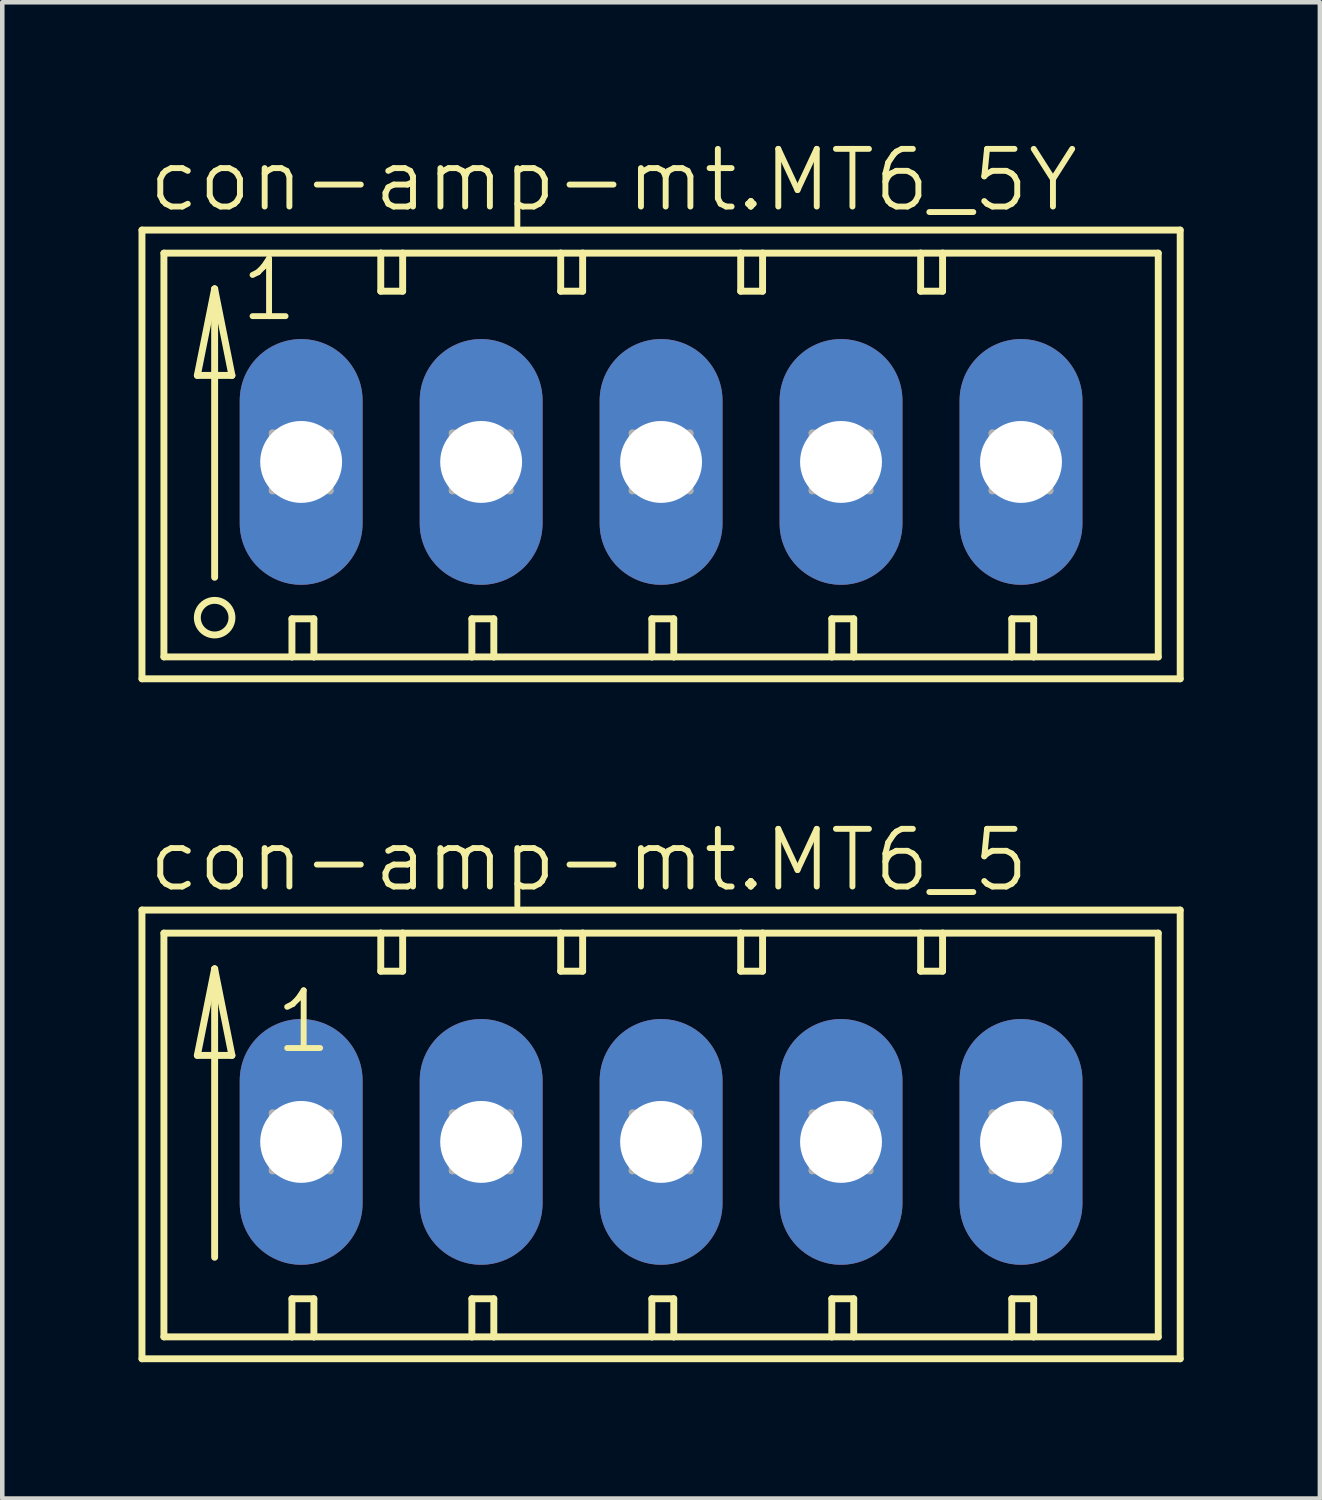
<source format=kicad_pcb>
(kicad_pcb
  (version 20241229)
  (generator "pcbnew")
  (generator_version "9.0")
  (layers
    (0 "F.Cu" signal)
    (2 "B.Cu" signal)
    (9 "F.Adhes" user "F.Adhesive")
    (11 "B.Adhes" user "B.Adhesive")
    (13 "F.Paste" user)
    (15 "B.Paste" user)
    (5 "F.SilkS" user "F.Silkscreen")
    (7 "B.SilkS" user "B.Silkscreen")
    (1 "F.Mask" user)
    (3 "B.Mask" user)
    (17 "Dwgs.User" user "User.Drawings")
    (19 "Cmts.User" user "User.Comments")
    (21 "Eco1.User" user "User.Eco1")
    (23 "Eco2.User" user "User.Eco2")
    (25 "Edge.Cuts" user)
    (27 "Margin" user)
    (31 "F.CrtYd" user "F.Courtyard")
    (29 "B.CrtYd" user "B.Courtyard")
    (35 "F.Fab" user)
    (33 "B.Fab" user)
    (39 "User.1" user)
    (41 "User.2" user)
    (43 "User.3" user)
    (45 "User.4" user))
  (footprint "con-amp-mt.MT6_5Y"
    (layer "F.Cu")
    (at 11.506 7.121)
    (property "Reference" "con-amp-mt.MT6_5Y" (at -11.354 -5.461 0) (layer "F.SilkS") (effects (font (size 1.27 1.27) (thickness 0.13)) (justify left bottom)))
    (attr through_hole)
    (fp_line (start -11.43 -5.105) (end -11.43 4.775) (stroke (width 0.152) (type default)) (layer "F.SilkS"))
    (fp_line (start -11.43 4.775) (end 11.43 4.775) (stroke (width 0.152) (type default)) (layer "F.SilkS"))
    (fp_line (start -10.947 -4.597) (end -10.947 4.293) (stroke (width 0.152) (type default)) (layer "F.SilkS"))
    (fp_line (start -10.947 4.293) (end -8.128 4.293) (stroke (width 0.152) (type default)) (layer "F.SilkS"))
    (fp_line (start -10.211 -1.905) (end -9.449 -1.905) (stroke (width 0.152) (type default)) (layer "F.SilkS"))
    (fp_line (start -9.83 -3.81) (end -10.211 -1.905) (stroke (width 0.152) (type default)) (layer "F.SilkS"))
    (fp_line (start -9.83 -3.81) (end -9.449 -1.905) (stroke (width 0.152) (type default)) (layer "F.SilkS"))
    (fp_line (start -9.83 2.54) (end -9.83 -3.81) (stroke (width 0.152) (type default)) (layer "F.SilkS"))
    (fp_line (start -8.128 3.454) (end -8.128 4.293) (stroke (width 0.152) (type default)) (layer "F.SilkS"))
    (fp_line (start -8.128 3.454) (end -7.645 3.454) (stroke (width 0.152) (type default)) (layer "F.SilkS"))
    (fp_line (start -8.128 4.293) (end -7.645 4.293) (stroke (width 0.152) (type default)) (layer "F.SilkS"))
    (fp_line (start -7.645 3.454) (end -7.645 4.293) (stroke (width 0.152) (type default)) (layer "F.SilkS"))
    (fp_line (start -7.645 4.293) (end -4.166 4.293) (stroke (width 0.152) (type default)) (layer "F.SilkS"))
    (fp_line (start -6.172 -4.597) (end -10.947 -4.597) (stroke (width 0.152) (type default)) (layer "F.SilkS"))
    (fp_line (start -6.172 -4.597) (end -6.172 -3.759) (stroke (width 0.152) (type default)) (layer "F.SilkS"))
    (fp_line (start -6.172 -3.759) (end -5.69 -3.759) (stroke (width 0.152) (type default)) (layer "F.SilkS"))
    (fp_line (start -5.69 -4.597) (end -6.172 -4.597) (stroke (width 0.152) (type default)) (layer "F.SilkS"))
    (fp_line (start -5.69 -3.759) (end -5.69 -4.597) (stroke (width 0.152) (type default)) (layer "F.SilkS"))
    (fp_line (start -4.166 3.454) (end -4.166 4.293) (stroke (width 0.152) (type default)) (layer "F.SilkS"))
    (fp_line (start -4.166 3.454) (end -3.683 3.454) (stroke (width 0.152) (type default)) (layer "F.SilkS"))
    (fp_line (start -4.166 4.293) (end -3.683 4.293) (stroke (width 0.152) (type default)) (layer "F.SilkS"))
    (fp_line (start -3.683 3.454) (end -3.683 4.293) (stroke (width 0.152) (type default)) (layer "F.SilkS"))
    (fp_line (start -3.683 4.293) (end -0.203 4.293) (stroke (width 0.152) (type default)) (layer "F.SilkS"))
    (fp_line (start -2.21 -4.597) (end -5.69 -4.597) (stroke (width 0.152) (type default)) (layer "F.SilkS"))
    (fp_line (start -2.21 -3.759) (end -2.21 -4.597) (stroke (width 0.152) (type default)) (layer "F.SilkS"))
    (fp_line (start -2.21 -3.759) (end -1.727 -3.759) (stroke (width 0.152) (type default)) (layer "F.SilkS"))
    (fp_line (start -1.727 -4.597) (end -2.21 -4.597) (stroke (width 0.152) (type default)) (layer "F.SilkS"))
    (fp_line (start -1.727 -3.759) (end -1.727 -4.597) (stroke (width 0.152) (type default)) (layer "F.SilkS"))
    (fp_line (start -0.203 3.454) (end -0.203 4.293) (stroke (width 0.152) (type default)) (layer "F.SilkS"))
    (fp_line (start -0.203 3.454) (end 0.279 3.454) (stroke (width 0.152) (type default)) (layer "F.SilkS"))
    (fp_line (start -0.203 4.293) (end 0.279 4.293) (stroke (width 0.152) (type default)) (layer "F.SilkS"))
    (fp_line (start 0.279 3.454) (end 0.279 4.293) (stroke (width 0.152) (type default)) (layer "F.SilkS"))
    (fp_line (start 0.279 4.293) (end 3.759 4.293) (stroke (width 0.152) (type default)) (layer "F.SilkS"))
    (fp_line (start 1.753 -4.597) (end -1.727 -4.597) (stroke (width 0.152) (type default)) (layer "F.SilkS"))
    (fp_line (start 1.753 -3.759) (end 1.753 -4.597) (stroke (width 0.152) (type default)) (layer "F.SilkS"))
    (fp_line (start 1.753 -3.759) (end 2.235 -3.759) (stroke (width 0.152) (type default)) (layer "F.SilkS"))
    (fp_line (start 2.235 -4.597) (end 1.753 -4.597) (stroke (width 0.152) (type default)) (layer "F.SilkS"))
    (fp_line (start 2.235 -3.759) (end 2.235 -4.597) (stroke (width 0.152) (type default)) (layer "F.SilkS"))
    (fp_line (start 3.759 3.454) (end 3.759 4.293) (stroke (width 0.152) (type default)) (layer "F.SilkS"))
    (fp_line (start 3.759 3.454) (end 4.242 3.454) (stroke (width 0.152) (type default)) (layer "F.SilkS"))
    (fp_line (start 3.759 4.293) (end 4.242 4.293) (stroke (width 0.152) (type default)) (layer "F.SilkS"))
    (fp_line (start 4.242 3.454) (end 4.242 4.293) (stroke (width 0.152) (type default)) (layer "F.SilkS"))
    (fp_line (start 4.242 4.293) (end 7.722 4.293) (stroke (width 0.152) (type default)) (layer "F.SilkS"))
    (fp_line (start 5.715 -4.597) (end 2.235 -4.597) (stroke (width 0.152) (type default)) (layer "F.SilkS"))
    (fp_line (start 5.715 -3.759) (end 5.715 -4.597) (stroke (width 0.152) (type default)) (layer "F.SilkS"))
    (fp_line (start 5.715 -3.759) (end 6.198 -3.759) (stroke (width 0.152) (type default)) (layer "F.SilkS"))
    (fp_line (start 6.198 -4.597) (end 5.715 -4.597) (stroke (width 0.152) (type default)) (layer "F.SilkS"))
    (fp_line (start 6.198 -3.759) (end 6.198 -4.597) (stroke (width 0.152) (type default)) (layer "F.SilkS"))
    (fp_line (start 7.722 3.454) (end 7.722 4.293) (stroke (width 0.152) (type default)) (layer "F.SilkS"))
    (fp_line (start 7.722 3.454) (end 8.204 3.454) (stroke (width 0.152) (type default)) (layer "F.SilkS"))
    (fp_line (start 7.722 4.293) (end 8.204 4.293) (stroke (width 0.152) (type default)) (layer "F.SilkS"))
    (fp_line (start 8.204 3.454) (end 8.204 4.293) (stroke (width 0.152) (type default)) (layer "F.SilkS"))
    (fp_line (start 8.204 4.293) (end 10.947 4.293) (stroke (width 0.152) (type default)) (layer "F.SilkS"))
    (fp_line (start 10.947 -4.597) (end 6.198 -4.597) (stroke (width 0.152) (type default)) (layer "F.SilkS"))
    (fp_line (start 10.947 4.293) (end 10.947 -4.597) (stroke (width 0.152) (type default)) (layer "F.SilkS"))
    (fp_line (start 11.43 -5.105) (end -11.43 -5.105) (stroke (width 0.152) (type default)) (layer "F.SilkS"))
    (fp_line (start 11.43 4.775) (end 11.43 -5.105) (stroke (width 0.152) (type default)) (layer "F.SilkS"))
    (fp_circle (center -9.83 3.429) (end -9.449 3.429) (stroke (width 0.152) (type default)) (fill no) (layer "F.SilkS"))
    (fp_line (start -8.56 -0.635) (end -8.56 0.635) (stroke (width 0.152) (type default)) (layer "F.Fab"))
    (fp_line (start -8.56 -0.635) (end -7.29 0.635) (stroke (width 0.152) (type default)) (layer "F.Fab"))
    (fp_line (start -8.56 0.635) (end -7.29 0.635) (stroke (width 0.152) (type default)) (layer "F.Fab"))
    (fp_line (start -7.29 -0.635) (end -8.56 -0.635) (stroke (width 0.152) (type default)) (layer "F.Fab"))
    (fp_line (start -7.29 -0.635) (end -8.56 0.635) (stroke (width 0.152) (type default)) (layer "F.Fab"))
    (fp_line (start -7.29 0.635) (end -7.29 -0.635) (stroke (width 0.152) (type default)) (layer "F.Fab"))
    (fp_line (start -4.597 -0.635) (end -4.597 0.635) (stroke (width 0.152) (type default)) (layer "F.Fab"))
    (fp_line (start -4.597 -0.635) (end -3.327 0.635) (stroke (width 0.152) (type default)) (layer "F.Fab"))
    (fp_line (start -4.597 0.635) (end -3.327 0.635) (stroke (width 0.152) (type default)) (layer "F.Fab"))
    (fp_line (start -3.327 -0.635) (end -4.597 -0.635) (stroke (width 0.152) (type default)) (layer "F.Fab"))
    (fp_line (start -3.327 -0.635) (end -4.597 0.635) (stroke (width 0.152) (type default)) (layer "F.Fab"))
    (fp_line (start -3.327 0.635) (end -3.327 -0.635) (stroke (width 0.152) (type default)) (layer "F.Fab"))
    (fp_line (start -0.635 -0.635) (end -0.635 0.635) (stroke (width 0.152) (type default)) (layer "F.Fab"))
    (fp_line (start -0.635 -0.635) (end 0.635 0.635) (stroke (width 0.152) (type default)) (layer "F.Fab"))
    (fp_line (start -0.635 0.635) (end 0.635 0.635) (stroke (width 0.152) (type default)) (layer "F.Fab"))
    (fp_line (start 0.635 -0.635) (end -0.635 -0.635) (stroke (width 0.152) (type default)) (layer "F.Fab"))
    (fp_line (start 0.635 -0.635) (end -0.635 0.635) (stroke (width 0.152) (type default)) (layer "F.Fab"))
    (fp_line (start 0.635 0.635) (end 0.635 -0.635) (stroke (width 0.152) (type default)) (layer "F.Fab"))
    (fp_line (start 3.327 -0.635) (end 3.327 0.635) (stroke (width 0.152) (type default)) (layer "F.Fab"))
    (fp_line (start 3.327 -0.635) (end 4.597 0.635) (stroke (width 0.152) (type default)) (layer "F.Fab"))
    (fp_line (start 3.327 0.635) (end 4.597 0.635) (stroke (width 0.152) (type default)) (layer "F.Fab"))
    (fp_line (start 4.597 -0.635) (end 3.327 -0.635) (stroke (width 0.152) (type default)) (layer "F.Fab"))
    (fp_line (start 4.597 -0.635) (end 3.327 0.635) (stroke (width 0.152) (type default)) (layer "F.Fab"))
    (fp_line (start 4.597 0.635) (end 4.597 -0.635) (stroke (width 0.152) (type default)) (layer "F.Fab"))
    (fp_line (start 7.29 -0.635) (end 7.29 0.635) (stroke (width 0.152) (type default)) (layer "F.Fab"))
    (fp_line (start 7.29 -0.635) (end 8.56 0.635) (stroke (width 0.152) (type default)) (layer "F.Fab"))
    (fp_line (start 7.29 0.635) (end 8.56 0.635) (stroke (width 0.152) (type default)) (layer "F.Fab"))
    (fp_line (start 8.56 -0.635) (end 7.29 -0.635) (stroke (width 0.152) (type default)) (layer "F.Fab"))
    (fp_line (start 8.56 -0.635) (end 7.29 0.635) (stroke (width 0.152) (type default)) (layer "F.Fab"))
    (fp_line (start 8.56 0.635) (end 8.56 -0.635) (stroke (width 0.152) (type default)) (layer "F.Fab"))
    (fp_text user "1" (at -9.322 -3.048 0) (layer "F.SilkS") (effects (font (size 1.27 1.27) (thickness 0.13)) (justify left bottom)))
    (pad "1" thru_hole oval (at -7.925 0 90) (size 5.41 2.705) (drill 1.803) (layers "*.Cu" "*.Mask"))
    (pad "2" thru_hole oval (at -3.962 0 90) (size 5.41 2.705) (drill 1.803) (layers "*.Cu" "*.Mask"))
    (pad "3" thru_hole oval (at 0 0 90) (size 5.41 2.705) (drill 1.803) (layers "*.Cu" "*.Mask"))
    (pad "4" thru_hole oval (at 3.962 0 90) (size 5.41 2.705) (drill 1.803) (layers "*.Cu" "*.Mask"))
    (pad "5" thru_hole oval (at 7.925 0 90) (size 5.41 2.705) (drill 1.803) (layers "*.Cu" "*.Mask")))
  (footprint "con-amp-mt.MT6_5"
    (layer "F.Cu")
    (at 11.506 22.093)
    (property "Reference" "con-amp-mt.MT6_5" (at -11.354 -5.461 0) (layer "F.SilkS") (effects (font (size 1.27 1.27) (thickness 0.13)) (justify left bottom)))
    (attr through_hole)
    (fp_line (start -11.43 -5.105) (end -11.43 4.775) (stroke (width 0.152) (type default)) (layer "F.SilkS"))
    (fp_line (start -11.43 4.775) (end 11.43 4.775) (stroke (width 0.152) (type default)) (layer "F.SilkS"))
    (fp_line (start -10.947 -4.597) (end -10.947 4.293) (stroke (width 0.152) (type default)) (layer "F.SilkS"))
    (fp_line (start -10.947 4.293) (end -8.128 4.293) (stroke (width 0.152) (type default)) (layer "F.SilkS"))
    (fp_line (start -10.211 -1.905) (end -9.449 -1.905) (stroke (width 0.152) (type default)) (layer "F.SilkS"))
    (fp_line (start -9.83 -3.81) (end -10.211 -1.905) (stroke (width 0.152) (type default)) (layer "F.SilkS"))
    (fp_line (start -9.83 -3.81) (end -9.449 -1.905) (stroke (width 0.152) (type default)) (layer "F.SilkS"))
    (fp_line (start -9.83 2.54) (end -9.83 -3.81) (stroke (width 0.152) (type default)) (layer "F.SilkS"))
    (fp_line (start -8.128 3.454) (end -8.128 4.293) (stroke (width 0.152) (type default)) (layer "F.SilkS"))
    (fp_line (start -8.128 3.454) (end -7.645 3.454) (stroke (width 0.152) (type default)) (layer "F.SilkS"))
    (fp_line (start -8.128 4.293) (end -7.645 4.293) (stroke (width 0.152) (type default)) (layer "F.SilkS"))
    (fp_line (start -7.645 3.454) (end -7.645 4.293) (stroke (width 0.152) (type default)) (layer "F.SilkS"))
    (fp_line (start -7.645 4.293) (end -4.166 4.293) (stroke (width 0.152) (type default)) (layer "F.SilkS"))
    (fp_line (start -6.172 -4.597) (end -10.947 -4.597) (stroke (width 0.152) (type default)) (layer "F.SilkS"))
    (fp_line (start -6.172 -4.597) (end -6.172 -3.759) (stroke (width 0.152) (type default)) (layer "F.SilkS"))
    (fp_line (start -6.172 -3.759) (end -5.69 -3.759) (stroke (width 0.152) (type default)) (layer "F.SilkS"))
    (fp_line (start -5.69 -4.597) (end -6.172 -4.597) (stroke (width 0.152) (type default)) (layer "F.SilkS"))
    (fp_line (start -5.69 -3.759) (end -5.69 -4.597) (stroke (width 0.152) (type default)) (layer "F.SilkS"))
    (fp_line (start -4.166 3.454) (end -4.166 4.293) (stroke (width 0.152) (type default)) (layer "F.SilkS"))
    (fp_line (start -4.166 3.454) (end -3.683 3.454) (stroke (width 0.152) (type default)) (layer "F.SilkS"))
    (fp_line (start -4.166 4.293) (end -3.683 4.293) (stroke (width 0.152) (type default)) (layer "F.SilkS"))
    (fp_line (start -3.683 3.454) (end -3.683 4.293) (stroke (width 0.152) (type default)) (layer "F.SilkS"))
    (fp_line (start -3.683 4.293) (end -0.203 4.293) (stroke (width 0.152) (type default)) (layer "F.SilkS"))
    (fp_line (start -2.21 -4.597) (end -5.69 -4.597) (stroke (width 0.152) (type default)) (layer "F.SilkS"))
    (fp_line (start -2.21 -3.759) (end -2.21 -4.597) (stroke (width 0.152) (type default)) (layer "F.SilkS"))
    (fp_line (start -2.21 -3.759) (end -1.727 -3.759) (stroke (width 0.152) (type default)) (layer "F.SilkS"))
    (fp_line (start -1.727 -4.597) (end -2.21 -4.597) (stroke (width 0.152) (type default)) (layer "F.SilkS"))
    (fp_line (start -1.727 -3.759) (end -1.727 -4.597) (stroke (width 0.152) (type default)) (layer "F.SilkS"))
    (fp_line (start -0.203 3.454) (end -0.203 4.293) (stroke (width 0.152) (type default)) (layer "F.SilkS"))
    (fp_line (start -0.203 3.454) (end 0.279 3.454) (stroke (width 0.152) (type default)) (layer "F.SilkS"))
    (fp_line (start -0.203 4.293) (end 0.279 4.293) (stroke (width 0.152) (type default)) (layer "F.SilkS"))
    (fp_line (start 0.279 3.454) (end 0.279 4.293) (stroke (width 0.152) (type default)) (layer "F.SilkS"))
    (fp_line (start 0.279 4.293) (end 3.759 4.293) (stroke (width 0.152) (type default)) (layer "F.SilkS"))
    (fp_line (start 1.753 -4.597) (end -1.727 -4.597) (stroke (width 0.152) (type default)) (layer "F.SilkS"))
    (fp_line (start 1.753 -3.759) (end 1.753 -4.597) (stroke (width 0.152) (type default)) (layer "F.SilkS"))
    (fp_line (start 1.753 -3.759) (end 2.235 -3.759) (stroke (width 0.152) (type default)) (layer "F.SilkS"))
    (fp_line (start 2.235 -4.597) (end 1.753 -4.597) (stroke (width 0.152) (type default)) (layer "F.SilkS"))
    (fp_line (start 2.235 -3.759) (end 2.235 -4.597) (stroke (width 0.152) (type default)) (layer "F.SilkS"))
    (fp_line (start 3.759 3.454) (end 3.759 4.293) (stroke (width 0.152) (type default)) (layer "F.SilkS"))
    (fp_line (start 3.759 3.454) (end 4.242 3.454) (stroke (width 0.152) (type default)) (layer "F.SilkS"))
    (fp_line (start 3.759 4.293) (end 4.242 4.293) (stroke (width 0.152) (type default)) (layer "F.SilkS"))
    (fp_line (start 4.242 3.454) (end 4.242 4.293) (stroke (width 0.152) (type default)) (layer "F.SilkS"))
    (fp_line (start 4.242 4.293) (end 7.722 4.293) (stroke (width 0.152) (type default)) (layer "F.SilkS"))
    (fp_line (start 5.715 -4.597) (end 2.235 -4.597) (stroke (width 0.152) (type default)) (layer "F.SilkS"))
    (fp_line (start 5.715 -3.759) (end 5.715 -4.597) (stroke (width 0.152) (type default)) (layer "F.SilkS"))
    (fp_line (start 5.715 -3.759) (end 6.198 -3.759) (stroke (width 0.152) (type default)) (layer "F.SilkS"))
    (fp_line (start 6.198 -4.597) (end 5.715 -4.597) (stroke (width 0.152) (type default)) (layer "F.SilkS"))
    (fp_line (start 6.198 -3.759) (end 6.198 -4.597) (stroke (width 0.152) (type default)) (layer "F.SilkS"))
    (fp_line (start 7.722 3.454) (end 7.722 4.293) (stroke (width 0.152) (type default)) (layer "F.SilkS"))
    (fp_line (start 7.722 3.454) (end 8.204 3.454) (stroke (width 0.152) (type default)) (layer "F.SilkS"))
    (fp_line (start 7.722 4.293) (end 8.204 4.293) (stroke (width 0.152) (type default)) (layer "F.SilkS"))
    (fp_line (start 8.204 3.454) (end 8.204 4.293) (stroke (width 0.152) (type default)) (layer "F.SilkS"))
    (fp_line (start 8.204 4.293) (end 10.947 4.293) (stroke (width 0.152) (type default)) (layer "F.SilkS"))
    (fp_line (start 10.947 -4.597) (end 6.198 -4.597) (stroke (width 0.152) (type default)) (layer "F.SilkS"))
    (fp_line (start 10.947 4.293) (end 10.947 -4.597) (stroke (width 0.152) (type default)) (layer "F.SilkS"))
    (fp_line (start 11.43 -5.105) (end -11.43 -5.105) (stroke (width 0.152) (type default)) (layer "F.SilkS"))
    (fp_line (start 11.43 4.775) (end 11.43 -5.105) (stroke (width 0.152) (type default)) (layer "F.SilkS"))
    (fp_line (start -8.56 -0.635) (end -8.56 0.635) (stroke (width 0.152) (type default)) (layer "F.Fab"))
    (fp_line (start -8.56 -0.635) (end -7.29 0.635) (stroke (width 0.152) (type default)) (layer "F.Fab"))
    (fp_line (start -8.56 0.635) (end -7.29 0.635) (stroke (width 0.152) (type default)) (layer "F.Fab"))
    (fp_line (start -7.29 -0.635) (end -8.56 -0.635) (stroke (width 0.152) (type default)) (layer "F.Fab"))
    (fp_line (start -7.29 -0.635) (end -8.56 0.635) (stroke (width 0.152) (type default)) (layer "F.Fab"))
    (fp_line (start -7.29 0.635) (end -7.29 -0.635) (stroke (width 0.152) (type default)) (layer "F.Fab"))
    (fp_line (start -4.597 -0.635) (end -4.597 0.635) (stroke (width 0.152) (type default)) (layer "F.Fab"))
    (fp_line (start -4.597 -0.635) (end -3.327 0.635) (stroke (width 0.152) (type default)) (layer "F.Fab"))
    (fp_line (start -4.597 0.635) (end -3.327 0.635) (stroke (width 0.152) (type default)) (layer "F.Fab"))
    (fp_line (start -3.327 -0.635) (end -4.597 -0.635) (stroke (width 0.152) (type default)) (layer "F.Fab"))
    (fp_line (start -3.327 -0.635) (end -4.597 0.635) (stroke (width 0.152) (type default)) (layer "F.Fab"))
    (fp_line (start -3.327 0.635) (end -3.327 -0.635) (stroke (width 0.152) (type default)) (layer "F.Fab"))
    (fp_line (start -0.635 -0.635) (end -0.635 0.635) (stroke (width 0.152) (type default)) (layer "F.Fab"))
    (fp_line (start -0.635 -0.635) (end 0.635 0.635) (stroke (width 0.152) (type default)) (layer "F.Fab"))
    (fp_line (start -0.635 0.635) (end 0.635 0.635) (stroke (width 0.152) (type default)) (layer "F.Fab"))
    (fp_line (start 0.635 -0.635) (end -0.635 -0.635) (stroke (width 0.152) (type default)) (layer "F.Fab"))
    (fp_line (start 0.635 -0.635) (end -0.635 0.635) (stroke (width 0.152) (type default)) (layer "F.Fab"))
    (fp_line (start 0.635 0.635) (end 0.635 -0.635) (stroke (width 0.152) (type default)) (layer "F.Fab"))
    (fp_line (start 3.327 -0.635) (end 3.327 0.635) (stroke (width 0.152) (type default)) (layer "F.Fab"))
    (fp_line (start 3.327 -0.635) (end 4.597 0.635) (stroke (width 0.152) (type default)) (layer "F.Fab"))
    (fp_line (start 3.327 0.635) (end 4.597 0.635) (stroke (width 0.152) (type default)) (layer "F.Fab"))
    (fp_line (start 4.597 -0.635) (end 3.327 -0.635) (stroke (width 0.152) (type default)) (layer "F.Fab"))
    (fp_line (start 4.597 -0.635) (end 3.327 0.635) (stroke (width 0.152) (type default)) (layer "F.Fab"))
    (fp_line (start 4.597 0.635) (end 4.597 -0.635) (stroke (width 0.152) (type default)) (layer "F.Fab"))
    (fp_line (start 7.29 -0.635) (end 7.29 0.635) (stroke (width 0.152) (type default)) (layer "F.Fab"))
    (fp_line (start 7.29 -0.635) (end 8.56 0.635) (stroke (width 0.152) (type default)) (layer "F.Fab"))
    (fp_line (start 7.29 0.635) (end 8.56 0.635) (stroke (width 0.152) (type default)) (layer "F.Fab"))
    (fp_line (start 8.56 -0.635) (end 7.29 -0.635) (stroke (width 0.152) (type default)) (layer "F.Fab"))
    (fp_line (start 8.56 -0.635) (end 7.29 0.635) (stroke (width 0.152) (type default)) (layer "F.Fab"))
    (fp_line (start 8.56 0.635) (end 8.56 -0.635) (stroke (width 0.152) (type default)) (layer "F.Fab"))
    (fp_text user "1" (at -8.56 -1.905 0) (layer "F.SilkS") (effects (font (size 1.27 1.27) (thickness 0.13)) (justify left bottom)))
    (pad "1" thru_hole oval (at -7.925 0 90) (size 5.41 2.705) (drill 1.803) (layers "*.Cu" "*.Mask"))
    (pad "2" thru_hole oval (at -3.962 0 90) (size 5.41 2.705) (drill 1.803) (layers "*.Cu" "*.Mask"))
    (pad "3" thru_hole oval (at 0 0 90) (size 5.41 2.705) (drill 1.803) (layers "*.Cu" "*.Mask"))
    (pad "4" thru_hole oval (at 3.962 0 90) (size 5.41 2.705) (drill 1.803) (layers "*.Cu" "*.Mask"))
    (pad "5" thru_hole oval (at 7.925 0 90) (size 5.41 2.705) (drill 1.803) (layers "*.Cu" "*.Mask")))
  (gr_rect
    (start -3 -3)
    (end 26.012 29.945)
    (stroke (width 0.1) (type default))
    (fill no)
    (layer "Edge.Cuts")))
</source>
